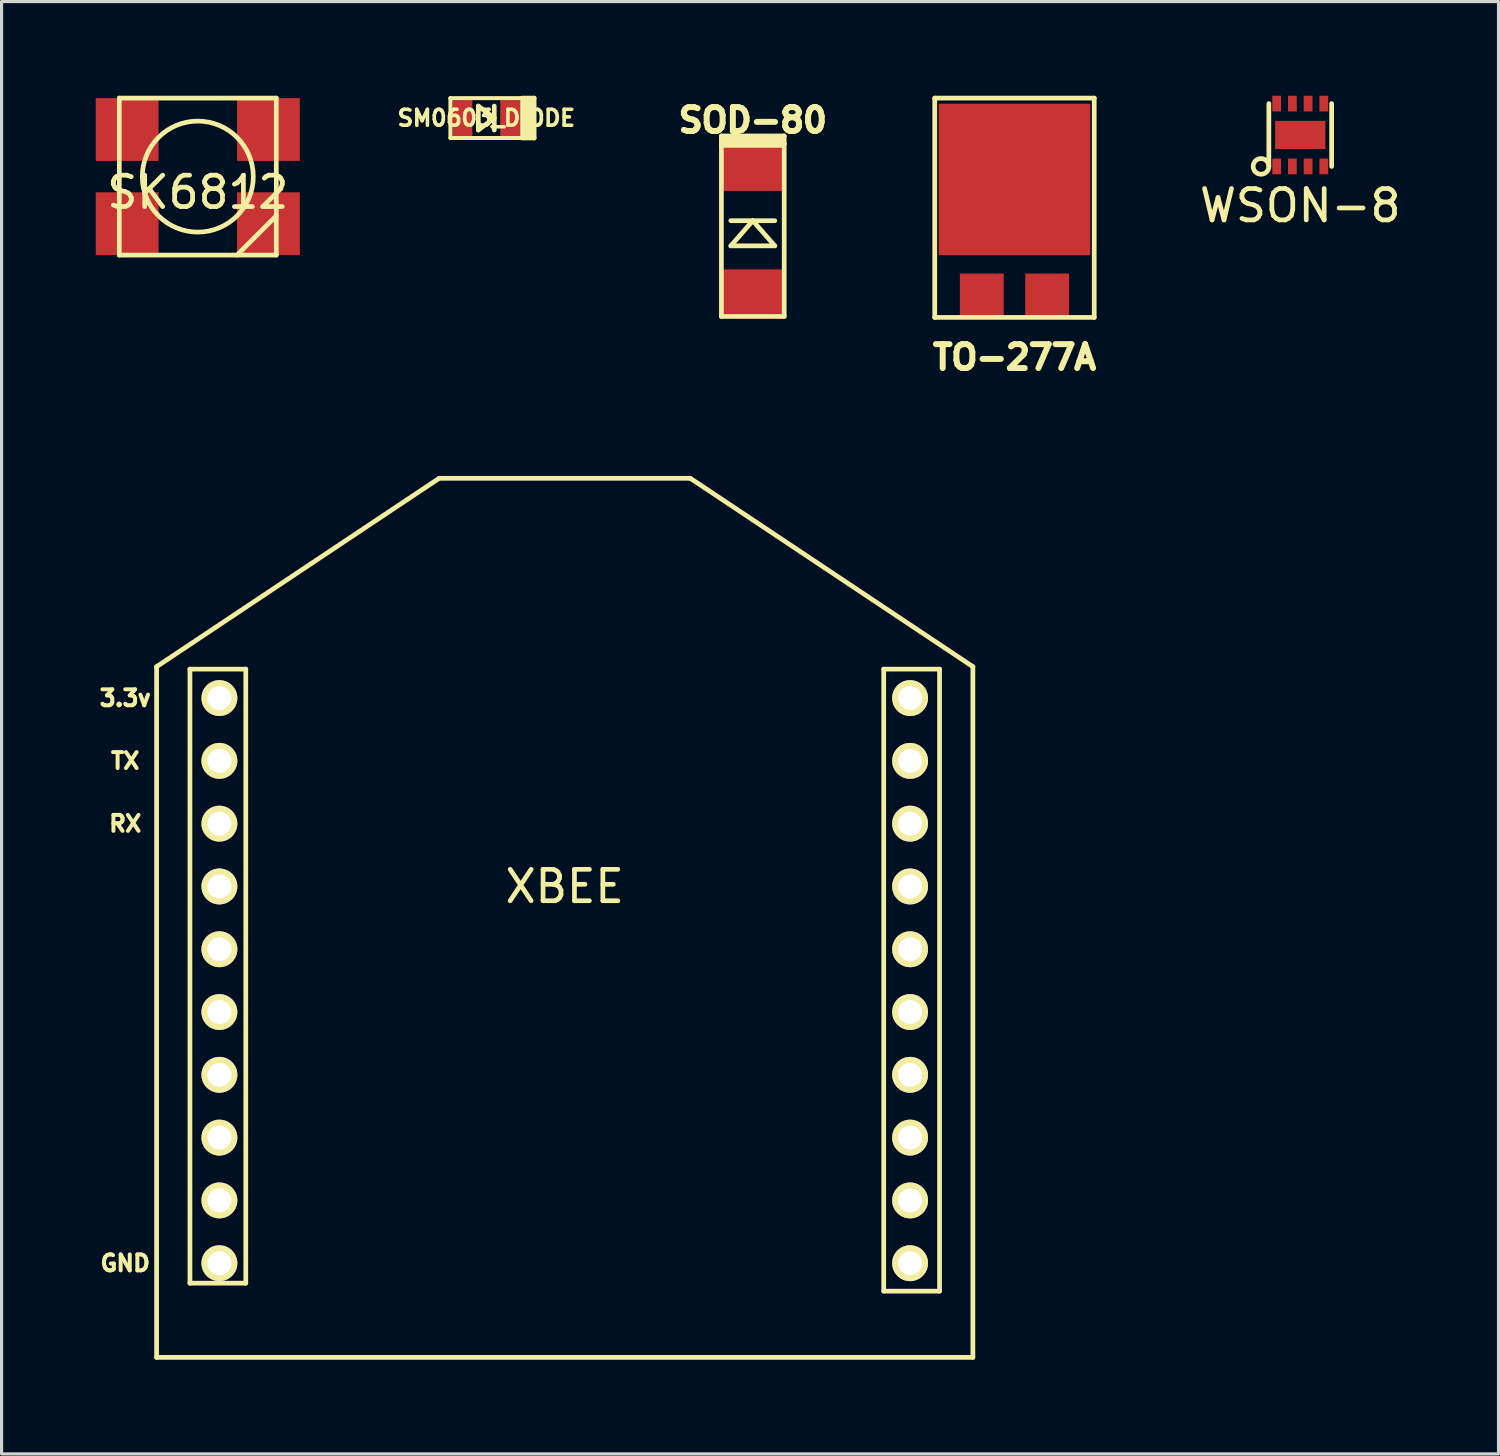
<source format=kicad_pcb>
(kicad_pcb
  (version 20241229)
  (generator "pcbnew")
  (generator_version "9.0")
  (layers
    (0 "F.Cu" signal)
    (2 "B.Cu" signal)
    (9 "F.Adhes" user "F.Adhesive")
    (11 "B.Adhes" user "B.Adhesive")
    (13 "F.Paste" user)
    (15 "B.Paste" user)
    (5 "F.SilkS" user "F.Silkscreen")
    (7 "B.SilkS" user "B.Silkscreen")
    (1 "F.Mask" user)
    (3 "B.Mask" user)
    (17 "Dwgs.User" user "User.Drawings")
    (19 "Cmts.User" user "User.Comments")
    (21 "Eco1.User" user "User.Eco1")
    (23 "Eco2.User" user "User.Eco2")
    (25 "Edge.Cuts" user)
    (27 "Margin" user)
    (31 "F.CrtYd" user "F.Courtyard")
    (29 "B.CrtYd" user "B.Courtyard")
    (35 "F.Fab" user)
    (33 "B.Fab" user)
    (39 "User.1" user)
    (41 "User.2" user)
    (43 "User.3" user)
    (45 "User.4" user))
  (footprint "XBEE"
    (layer "F.Cu")
    (at 14.938 29.185)
    (property "Reference" "XBEE" (at 0 -4 0) (layer "F.SilkS") (effects (font (size 1 1) (thickness 0.15))))
    (attr through_hole)
    (fp_line (start -13 -11) (end -13 11) (stroke (width 0.15) (type solid)) (layer "F.SilkS"))
    (fp_line (start -13 11) (end 13 11) (stroke (width 0.15) (type solid)) (layer "F.SilkS"))
    (fp_line (start -11.938 -10.922) (end -10.16 -10.922) (stroke (width 0.15) (type solid)) (layer "F.SilkS"))
    (fp_line (start -11.938 8.636) (end -11.938 -10.922) (stroke (width 0.15) (type solid)) (layer "F.SilkS"))
    (fp_line (start -10.16 -10.922) (end -10.16 8.636) (stroke (width 0.15) (type solid)) (layer "F.SilkS"))
    (fp_line (start -10.16 8.636) (end -11.938 8.636) (stroke (width 0.15) (type solid)) (layer "F.SilkS"))
    (fp_line (start -4 -17) (end -13 -11) (stroke (width 0.15) (type solid)) (layer "F.SilkS"))
    (fp_line (start -4 -17) (end 4 -17) (stroke (width 0.15) (type solid)) (layer "F.SilkS"))
    (fp_line (start 4 -17) (end 13 -11) (stroke (width 0.15) (type solid)) (layer "F.SilkS"))
    (fp_line (start 10.16 -10.922) (end 11.938 -10.922) (stroke (width 0.15) (type solid)) (layer "F.SilkS"))
    (fp_line (start 10.16 8.89) (end 10.16 -10.922) (stroke (width 0.15) (type solid)) (layer "F.SilkS"))
    (fp_line (start 11.938 -10.922) (end 11.938 8.89) (stroke (width 0.15) (type solid)) (layer "F.SilkS"))
    (fp_line (start 11.938 8.89) (end 10.16 8.89) (stroke (width 0.15) (type solid)) (layer "F.SilkS"))
    (fp_line (start 13 11) (end 13 -11) (stroke (width 0.15) (type solid)) (layer "F.SilkS"))
    (fp_text user "GND" (at -14 8 0) (layer "F.SilkS") (effects (font (size 0.508 0.508) (thickness 0.127))))
    (fp_text user "RX" (at -14 -6 0) (layer "F.SilkS") (effects (font (size 0.508 0.508) (thickness 0.127))))
    (fp_text user "3.3v" (at -14 -10 0) (layer "F.SilkS") (effects (font (size 0.508 0.508) (thickness 0.127))))
    (fp_text user "TX" (at -14 -8 0) (layer "F.SilkS") (effects (font (size 0.508 0.508) (thickness 0.127))))
    (pad "1" thru_hole circle (at -11 -10) (size 1.143 1.143) (drill 0.762) (layers "*.Cu" "*.Mask" "F.SilkS"))
    (pad "2" thru_hole circle (at -11 -8) (size 1.143 1.143) (drill 0.762) (layers "*.Cu" "*.Mask" "F.SilkS"))
    (pad "3" thru_hole circle (at -11 -6) (size 1.143 1.143) (drill 0.762) (layers "*.Cu" "*.Mask" "F.SilkS"))
    (pad "4" thru_hole circle (at -11 -4) (size 1.143 1.143) (drill 0.762) (layers "*.Cu" "*.Mask" "F.SilkS"))
    (pad "5" thru_hole circle (at -11 -2) (size 1.143 1.143) (drill 0.762) (layers "*.Cu" "*.Mask" "F.SilkS"))
    (pad "6" thru_hole circle (at -11 0) (size 1.143 1.143) (drill 0.762) (layers "*.Cu" "*.Mask" "F.SilkS"))
    (pad "7" thru_hole circle (at -11 2) (size 1.143 1.143) (drill 0.762) (layers "*.Cu" "*.Mask" "F.SilkS"))
    (pad "8" thru_hole circle (at -11 4) (size 1.143 1.143) (drill 0.762) (layers "*.Cu" "*.Mask" "F.SilkS"))
    (pad "9" thru_hole circle (at -11 6) (size 1.143 1.143) (drill 0.762) (layers "*.Cu" "*.Mask" "F.SilkS"))
    (pad "10" thru_hole circle (at -11 8) (size 1.143 1.143) (drill 0.762) (layers "*.Cu" "*.Mask" "F.SilkS"))
    (pad "11" thru_hole circle (at 11 8) (size 1.143 1.143) (drill 0.762) (layers "*.Cu" "*.Mask" "F.SilkS"))
    (pad "12" thru_hole circle (at 11 6) (size 1.143 1.143) (drill 0.762) (layers "*.Cu" "*.Mask" "F.SilkS"))
    (pad "13" thru_hole circle (at 11 4) (size 1.143 1.143) (drill 0.762) (layers "*.Cu" "*.Mask" "F.SilkS"))
    (pad "14" thru_hole circle (at 11 2) (size 1.143 1.143) (drill 0.762) (layers "*.Cu" "*.Mask" "F.SilkS"))
    (pad "15" thru_hole circle (at 11 0) (size 1.143 1.143) (drill 0.762) (layers "*.Cu" "*.Mask" "F.SilkS"))
    (pad "16" thru_hole circle (at 11 -2) (size 1.143 1.143) (drill 0.762) (layers "*.Cu" "*.Mask" "F.SilkS"))
    (pad "17" thru_hole circle (at 11 -4) (size 1.143 1.143) (drill 0.762) (layers "*.Cu" "*.Mask" "F.SilkS"))
    (pad "18" thru_hole circle (at 11 -6) (size 1.143 1.143) (drill 0.762) (layers "*.Cu" "*.Mask" "F.SilkS"))
    (pad "19" thru_hole circle (at 11 -8) (size 1.143 1.143) (drill 0.762) (layers "*.Cu" "*.Mask" "F.SilkS"))
    (pad "20" thru_hole circle (at 11 -10) (size 1.143 1.143) (drill 0.762) (layers "*.Cu" "*.Mask" "F.SilkS")))
  (footprint "WSON-8"
    (layer "F.Cu")
    (at 38.365 1.25)
    (property "Reference" "WSON-8" (at 0 2.25 0) (layer "F.SilkS") (effects (font (size 1 1) (thickness 0.15))))
    (attr through_hole)
    (fp_line (start -1 -1) (end -1 1) (stroke (width 0.15) (type solid)) (layer "F.SilkS"))
    (fp_line (start 1 -1) (end 1 1) (stroke (width 0.15) (type solid)) (layer "F.SilkS"))
    (fp_circle (center -1.25 1) (end -1.5 1) (stroke (width 0.15) (type solid)) (fill no) (layer "F.SilkS"))
    (pad "1" smd rect (at -0.75 1) (size 0.28 0.5) (layers "F.Cu" "F.Mask" "F.Paste"))
    (pad "2" smd rect (at -0.25 1) (size 0.28 0.5) (layers "F.Cu" "F.Mask" "F.Paste"))
    (pad "3" smd rect (at 0.25 1) (size 0.28 0.5) (layers "F.Cu" "F.Mask" "F.Paste"))
    (pad "4" smd rect (at 0.75 1) (size 0.28 0.5) (layers "F.Cu" "F.Mask" "F.Paste"))
    (pad "5" smd rect (at 0.75 -1) (size 0.28 0.5) (layers "F.Cu" "F.Mask" "F.Paste"))
    (pad "6" smd rect (at 0.25 -1) (size 0.28 0.5) (layers "F.Cu" "F.Mask" "F.Paste"))
    (pad "7" smd rect (at -0.25 -1) (size 0.28 0.5) (layers "F.Cu" "F.Mask" "F.Paste"))
    (pad "8" smd rect (at -0.75 -1) (size 0.28 0.5) (layers "F.Cu" "F.Mask" "F.Paste"))
    (pad "9" smd rect (at 0 0) (size 1.6 0.9) (layers "F.Cu" "F.Mask" "F.Paste")))
  (footprint "TO-277A"
    (layer "F.Cu")
    (at 29.263 3.885)
    (property "Reference" "TO-277A" (at 0 4.445 0) (layer "F.SilkS") (effects (font (size 0.762 0.762) (thickness 0.191))))
    (attr through_hole)
    (fp_line (start -2.54 -3.81) (end 2.54 -3.81) (stroke (width 0.15) (type solid)) (layer "F.SilkS"))
    (fp_line (start -2.54 3.175) (end -2.54 -3.81) (stroke (width 0.15) (type solid)) (layer "F.SilkS"))
    (fp_line (start 2.54 -3.81) (end 2.54 3.175) (stroke (width 0.15) (type solid)) (layer "F.SilkS"))
    (fp_line (start 2.54 3.175) (end -2.54 3.175) (stroke (width 0.15) (type solid)) (layer "F.SilkS"))
    (pad "1" smd rect (at 1.041 2.477) (size 1.397 1.397) (layers "F.Cu" "F.Mask" "F.Paste"))
    (pad "2" smd rect (at -1.041 2.477) (size 1.397 1.397) (layers "F.Cu" "F.Mask" "F.Paste"))
    (pad "3" smd rect (at 0 -1.219) (size 4.826 4.826) (layers "F.Cu" "F.Mask" "F.Paste")))
  (footprint "SM0603_DIODE"
    (layer "F.Cu")
    (at 12.439 0.71)
    (property "Reference" "SM0603_DIODE" (at 0 0 0) (layer "F.SilkS") (effects (font (size 0.508 0.508) (thickness 0.114))))
    (attr smd)
    (fp_line (start -1.143 -0.635) (end 1.143 -0.635) (stroke (width 0.127) (type solid)) (layer "F.SilkS"))
    (fp_line (start -1.143 0.635) (end -1.143 -0.635) (stroke (width 0.127) (type solid)) (layer "F.SilkS"))
    (fp_line (start -0.254 -0.381) (end -0.254 0.381) (stroke (width 0.15) (type solid)) (layer "F.SilkS"))
    (fp_line (start -0.254 0.381) (end 0.254 0) (stroke (width 0.15) (type solid)) (layer "F.SilkS"))
    (fp_line (start 0.254 -0.381) (end 0.254 0.381) (stroke (width 0.15) (type solid)) (layer "F.SilkS"))
    (fp_line (start 0.254 0) (end -0.254 -0.381) (stroke (width 0.15) (type solid)) (layer "F.SilkS"))
    (fp_line (start 1.143 -0.635) (end 1.143 0.635) (stroke (width 0.127) (type solid)) (layer "F.SilkS"))
    (fp_line (start 1.143 -0.635) (end 1.524 -0.635) (stroke (width 0.15) (type solid)) (layer "F.SilkS"))
    (fp_line (start 1.143 0.635) (end -1.143 0.635) (stroke (width 0.127) (type solid)) (layer "F.SilkS"))
    (fp_line (start 1.27 -0.508) (end 1.27 0.508) (stroke (width 0.201) (type solid)) (layer "F.SilkS"))
    (fp_line (start 1.397 -0.508) (end 1.397 0.508) (stroke (width 0.15) (type solid)) (layer "F.SilkS"))
    (fp_line (start 1.524 -0.635) (end 1.524 0.635) (stroke (width 0.15) (type solid)) (layer "F.SilkS"))
    (fp_line (start 1.524 0.635) (end 1.143 0.635) (stroke (width 0.15) (type solid)) (layer "F.SilkS"))
    (pad "1" smd rect (at -0.762 0) (size 0.635 1.143) (layers "F.Cu" "F.Mask" "F.Paste"))
    (pad "2" smd rect (at 0.762 0) (size 0.635 1.143) (layers "F.Cu" "F.Mask" "F.Paste")))
  (footprint "SOD-80"
    (layer "F.Cu")
    (at 20.928 4.28)
    (property "Reference" "SOD-80" (at 0 -3.5 0) (layer "F.SilkS") (effects (font (size 0.762 0.762) (thickness 0.191))))
    (attr through_hole)
    (fp_line (start -1 -3) (end 1 -3) (stroke (width 0.15) (type solid)) (layer "F.SilkS"))
    (fp_line (start -1 -2.9) (end 0.9 -2.9) (stroke (width 0.15) (type solid)) (layer "F.SilkS"))
    (fp_line (start -1 -2.75) (end -1 -3) (stroke (width 0.15) (type solid)) (layer "F.SilkS"))
    (fp_line (start -1 -2.75) (end 1 -2.75) (stroke (width 0.15) (type solid)) (layer "F.SilkS"))
    (fp_line (start -1 -2.7) (end 0.9 -2.7) (stroke (width 0.15) (type solid)) (layer "F.SilkS"))
    (fp_line (start -1 2.75) (end -1 -2.75) (stroke (width 0.15) (type solid)) (layer "F.SilkS"))
    (fp_line (start -0.7 -0.3) (end 0.7 -0.3) (stroke (width 0.15) (type solid)) (layer "F.SilkS"))
    (fp_line (start -0.7 0.5) (end 0.7 0.5) (stroke (width 0.15) (type solid)) (layer "F.SilkS"))
    (fp_line (start 0 -0.3) (end -0.7 0.5) (stroke (width 0.15) (type solid)) (layer "F.SilkS"))
    (fp_line (start 0.7 0.5) (end 0 -0.3) (stroke (width 0.15) (type solid)) (layer "F.SilkS"))
    (fp_line (start 0.9 -2.8) (end -0.9 -2.8) (stroke (width 0.15) (type solid)) (layer "F.SilkS"))
    (fp_line (start 1 -3) (end 1 -2.75) (stroke (width 0.15) (type solid)) (layer "F.SilkS"))
    (fp_line (start 1 -2.75) (end 1 2.75) (stroke (width 0.15) (type solid)) (layer "F.SilkS"))
    (fp_line (start 1 2.75) (end -1 2.75) (stroke (width 0.15) (type solid)) (layer "F.SilkS"))
    (pad "1" smd rect (at 0 2) (size 2 1.5) (layers "F.Cu" "F.Mask" "F.Paste"))
    (pad "2" smd rect (at 0 -2) (size 2 1.5) (layers "F.Cu" "F.Mask" "F.Paste")))
  (footprint "SK6812"
    (layer "F.Cu")
    (at 3.25 2.575)
    (property "Reference" "SK6812" (at 0 0.5 0) (layer "F.SilkS") (effects (font (size 1 1) (thickness 0.15))))
    (attr through_hole)
    (fp_line (start -2.5 -2.5) (end 2.5 -2.5) (stroke (width 0.15) (type solid)) (layer "F.SilkS"))
    (fp_line (start -2.5 2.5) (end -2.5 -2.5) (stroke (width 0.15) (type solid)) (layer "F.SilkS"))
    (fp_line (start 2.5 -2.5) (end 2.5 2.5) (stroke (width 0.15) (type solid)) (layer "F.SilkS"))
    (fp_line (start 2.5 1.25) (end 1.25 2.5) (stroke (width 0.15) (type solid)) (layer "F.SilkS"))
    (fp_line (start 2.5 2.5) (end -2.5 2.5) (stroke (width 0.15) (type solid)) (layer "F.SilkS"))
    (fp_circle (center 0 0) (end 1.25 -1.25) (stroke (width 0.15) (type solid)) (fill no) (layer "F.SilkS"))
    (pad "1" smd rect (at 2.25 1.5) (size 2 2) (layers "F.Cu" "F.Mask" "F.Paste"))
    (pad "2" smd rect (at 2.25 -1.5) (size 2 2) (layers "F.Cu" "F.Mask" "F.Paste"))
    (pad "3" smd rect (at -2.25 -1.5) (size 2 2) (layers "F.Cu" "F.Mask" "F.Paste"))
    (pad "4" smd rect (at -2.25 1.5) (size 2 2) (layers "F.Cu" "F.Mask" "F.Paste")))
  (gr_rect
    (start -3 -3)
    (end 44.68 43.26)
    (stroke (width 0.1) (type default))
    (fill no)
    (layer "Edge.Cuts")))
</source>
